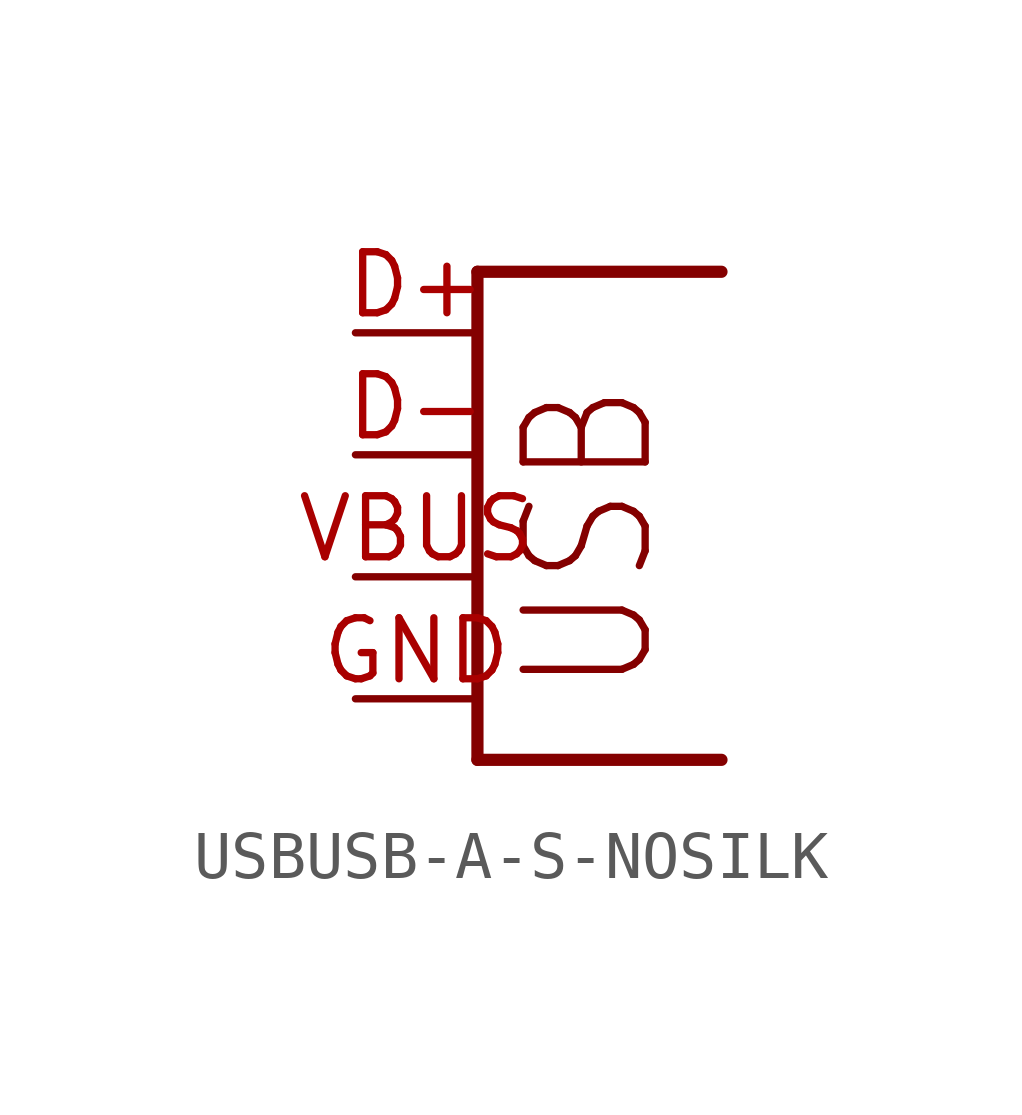
<source format=kicad_sym>
(kicad_symbol_lib
  (version 20231120)
  (generator "kicad_symbol_editor")
  (generator_version "8.0")
  (symbol "USBUSB-A-S-NOSILK"
    (property "Reference" "JP"
      (at 0 0 0)
      (effects (font (size 1.27 1.27)) (hide yes)))
    (property "ki_locked" ""
      (at 0 0 0)
      (effects (font (size 1.27 1.27))))
    (symbol "USBUSB-A-S-NOSILK_1_0"
      (polyline (pts (xy 0 -1.27) (xy 5.08 -1.27)) (stroke (width 0.254) (type solid)) (fill (type none)))
      (polyline (pts (xy 0 8.89) (xy 0 -1.27)) (stroke (width 0.254) (type solid)) (fill (type none)))
      (polyline (pts (xy 5.08 8.89) (xy 0 8.89)) (stroke (width 0.254) (type solid)) (fill (type none)))
      (text "USB" (at 3.81 0 900) (effects (font (size 2.54 2.159)) (justify left bottom)))
      (pin bidirectional line (at -2.54 7.62 0) (length 2.54) (name "D+" (effects (font (size 0 0)))) (number "D+" (effects (font (size 1.27 1.27)))))
      (pin bidirectional line (at -2.54 5.08 0) (length 2.54) (name "D-" (effects (font (size 0 0)))) (number "D-" (effects (font (size 1.27 1.27)))))
      (pin bidirectional line (at -2.54 0 0) (length 2.54) (name "GND" (effects (font (size 0 0)))) (number "GND" (effects (font (size 1.27 1.27)))))
      (pin bidirectional line (at -2.54 2.54 0) (length 2.54) (name "VBUS" (effects (font (size 0 0)))) (number "VBUS" (effects (font (size 1.27 1.27))))))))
</source>
